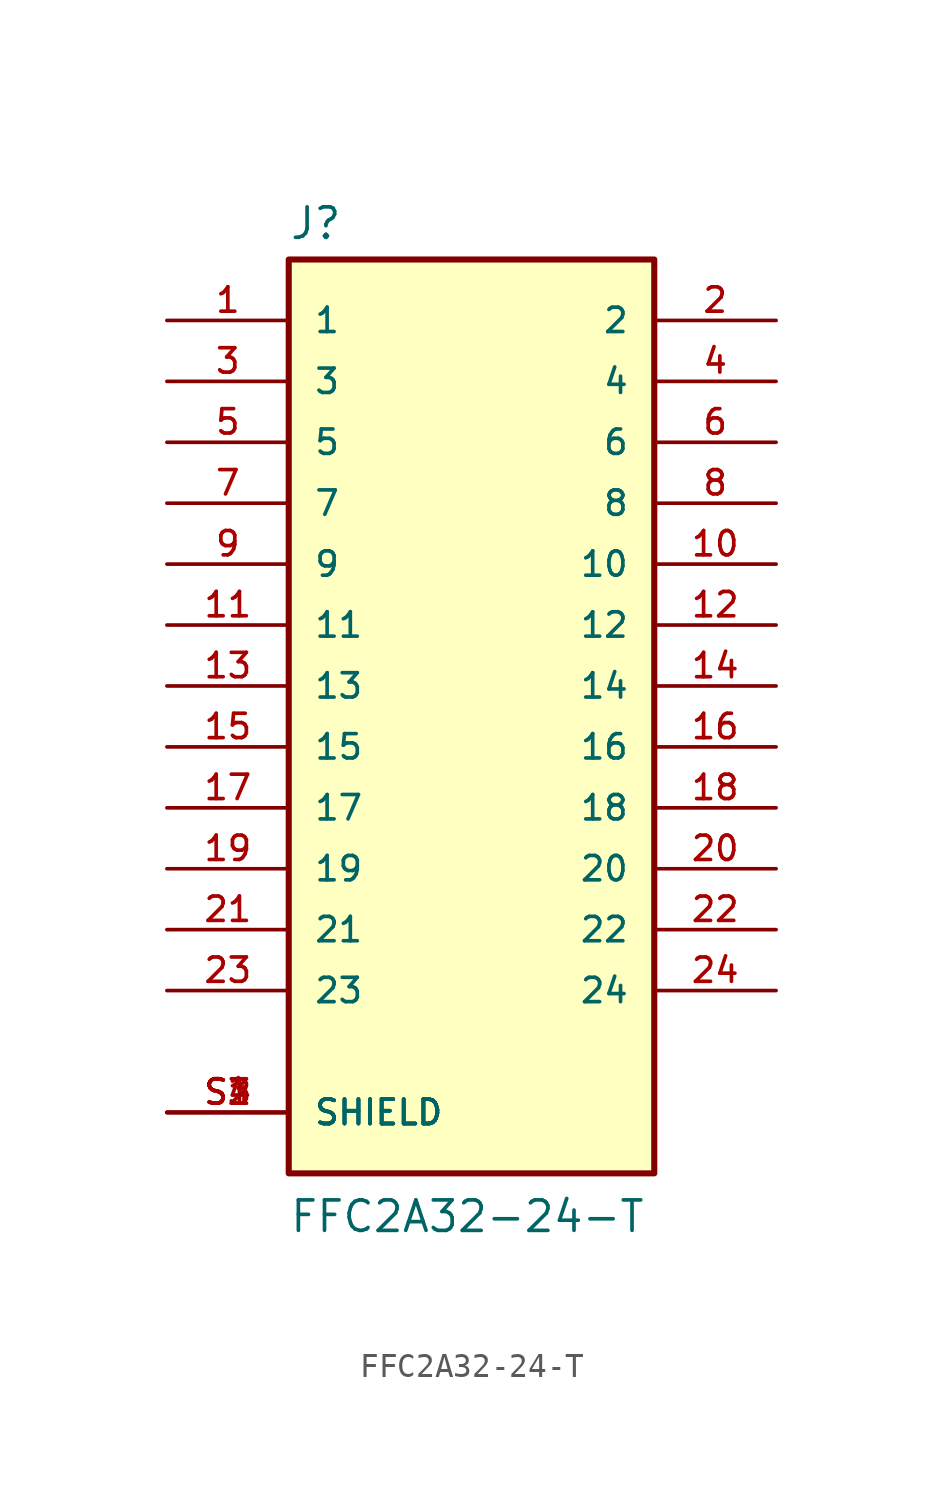
<source format=kicad_sym>
(kicad_symbol_lib
  (version 20211014)
  (generator kicad_symbol_editor)
  (symbol "FFC2A32-24-T"
    (pin_names
      (offset 1.016))
    (property "Reference" "J"
      (at -7.62 18.542 0)
      (effects (font (size 1.27 1.27)) (justify bottom left)))
    (property "Value" "FFC2A32-24-T"
      (at -7.62 -22.86 0)
      (effects (font (size 1.27 1.27)) (justify bottom left)))
    (symbol "FFC2A32-24-T_0_0"
      (rectangle (start -7.62 -20.32) (end 7.62 17.78) (stroke (width 0.254)) (fill (type background)))
      (pin passive line (at -12.7 15.24 0) (length 5.08) (name "1" (effects (font (size 1.016 1.016)))) (number "1" (effects (font (size 1.016 1.016)))))
      (pin passive line (at 12.7 15.24 180.0) (length 5.08) (name "2" (effects (font (size 1.016 1.016)))) (number "2" (effects (font (size 1.016 1.016)))))
      (pin passive line (at -12.7 12.7 0) (length 5.08) (name "3" (effects (font (size 1.016 1.016)))) (number "3" (effects (font (size 1.016 1.016)))))
      (pin passive line (at 12.7 12.7 180.0) (length 5.08) (name "4" (effects (font (size 1.016 1.016)))) (number "4" (effects (font (size 1.016 1.016)))))
      (pin passive line (at -12.7 -17.78 0) (length 5.08) (name "SHIELD" (effects (font (size 1.016 1.016)))) (number "S1" (effects (font (size 1.016 1.016)))))
      (pin passive line (at -12.7 -17.78 0) (length 5.08) (name "SHIELD" (effects (font (size 1.016 1.016)))) (number "S2" (effects (font (size 1.016 1.016)))))
      (pin passive line (at -12.7 -17.78 0) (length 5.08) (name "SHIELD" (effects (font (size 1.016 1.016)))) (number "S3" (effects (font (size 1.016 1.016)))))
      (pin passive line (at -12.7 -17.78 0) (length 5.08) (name "SHIELD" (effects (font (size 1.016 1.016)))) (number "S4" (effects (font (size 1.016 1.016)))))
      (pin passive line (at -12.7 10.16 0) (length 5.08) (name "5" (effects (font (size 1.016 1.016)))) (number "5" (effects (font (size 1.016 1.016)))))
      (pin passive line (at 12.7 10.16 180.0) (length 5.08) (name "6" (effects (font (size 1.016 1.016)))) (number "6" (effects (font (size 1.016 1.016)))))
      (pin passive line (at -12.7 7.62 0) (length 5.08) (name "7" (effects (font (size 1.016 1.016)))) (number "7" (effects (font (size 1.016 1.016)))))
      (pin passive line (at 12.7 7.62 180.0) (length 5.08) (name "8" (effects (font (size 1.016 1.016)))) (number "8" (effects (font (size 1.016 1.016)))))
      (pin passive line (at -12.7 5.08 0) (length 5.08) (name "9" (effects (font (size 1.016 1.016)))) (number "9" (effects (font (size 1.016 1.016)))))
      (pin passive line (at 12.7 5.08 180.0) (length 5.08) (name "10" (effects (font (size 1.016 1.016)))) (number "10" (effects (font (size 1.016 1.016)))))
      (pin passive line (at -12.7 2.54 0) (length 5.08) (name "11" (effects (font (size 1.016 1.016)))) (number "11" (effects (font (size 1.016 1.016)))))
      (pin passive line (at 12.7 2.54 180.0) (length 5.08) (name "12" (effects (font (size 1.016 1.016)))) (number "12" (effects (font (size 1.016 1.016)))))
      (pin passive line (at -12.7 0.0 0) (length 5.08) (name "13" (effects (font (size 1.016 1.016)))) (number "13" (effects (font (size 1.016 1.016)))))
      (pin passive line (at 12.7 0.0 180.0) (length 5.08) (name "14" (effects (font (size 1.016 1.016)))) (number "14" (effects (font (size 1.016 1.016)))))
      (pin passive line (at -12.7 -2.54 0) (length 5.08) (name "15" (effects (font (size 1.016 1.016)))) (number "15" (effects (font (size 1.016 1.016)))))
      (pin passive line (at 12.7 -2.54 180.0) (length 5.08) (name "16" (effects (font (size 1.016 1.016)))) (number "16" (effects (font (size 1.016 1.016)))))
      (pin passive line (at -12.7 -5.08 0) (length 5.08) (name "17" (effects (font (size 1.016 1.016)))) (number "17" (effects (font (size 1.016 1.016)))))
      (pin passive line (at 12.7 -5.08 180.0) (length 5.08) (name "18" (effects (font (size 1.016 1.016)))) (number "18" (effects (font (size 1.016 1.016)))))
      (pin passive line (at -12.7 -7.62 0) (length 5.08) (name "19" (effects (font (size 1.016 1.016)))) (number "19" (effects (font (size 1.016 1.016)))))
      (pin passive line (at 12.7 -7.62 180.0) (length 5.08) (name "20" (effects (font (size 1.016 1.016)))) (number "20" (effects (font (size 1.016 1.016)))))
      (pin passive line (at -12.7 -10.16 0) (length 5.08) (name "21" (effects (font (size 1.016 1.016)))) (number "21" (effects (font (size 1.016 1.016)))))
      (pin passive line (at 12.7 -10.16 180.0) (length 5.08) (name "22" (effects (font (size 1.016 1.016)))) (number "22" (effects (font (size 1.016 1.016)))))
      (pin passive line (at -12.7 -12.7 0) (length 5.08) (name "23" (effects (font (size 1.016 1.016)))) (number "23" (effects (font (size 1.016 1.016)))))
      (pin passive line (at 12.7 -12.7 180.0) (length 5.08) (name "24" (effects (font (size 1.016 1.016)))) (number "24" (effects (font (size 1.016 1.016))))))))
</source>
